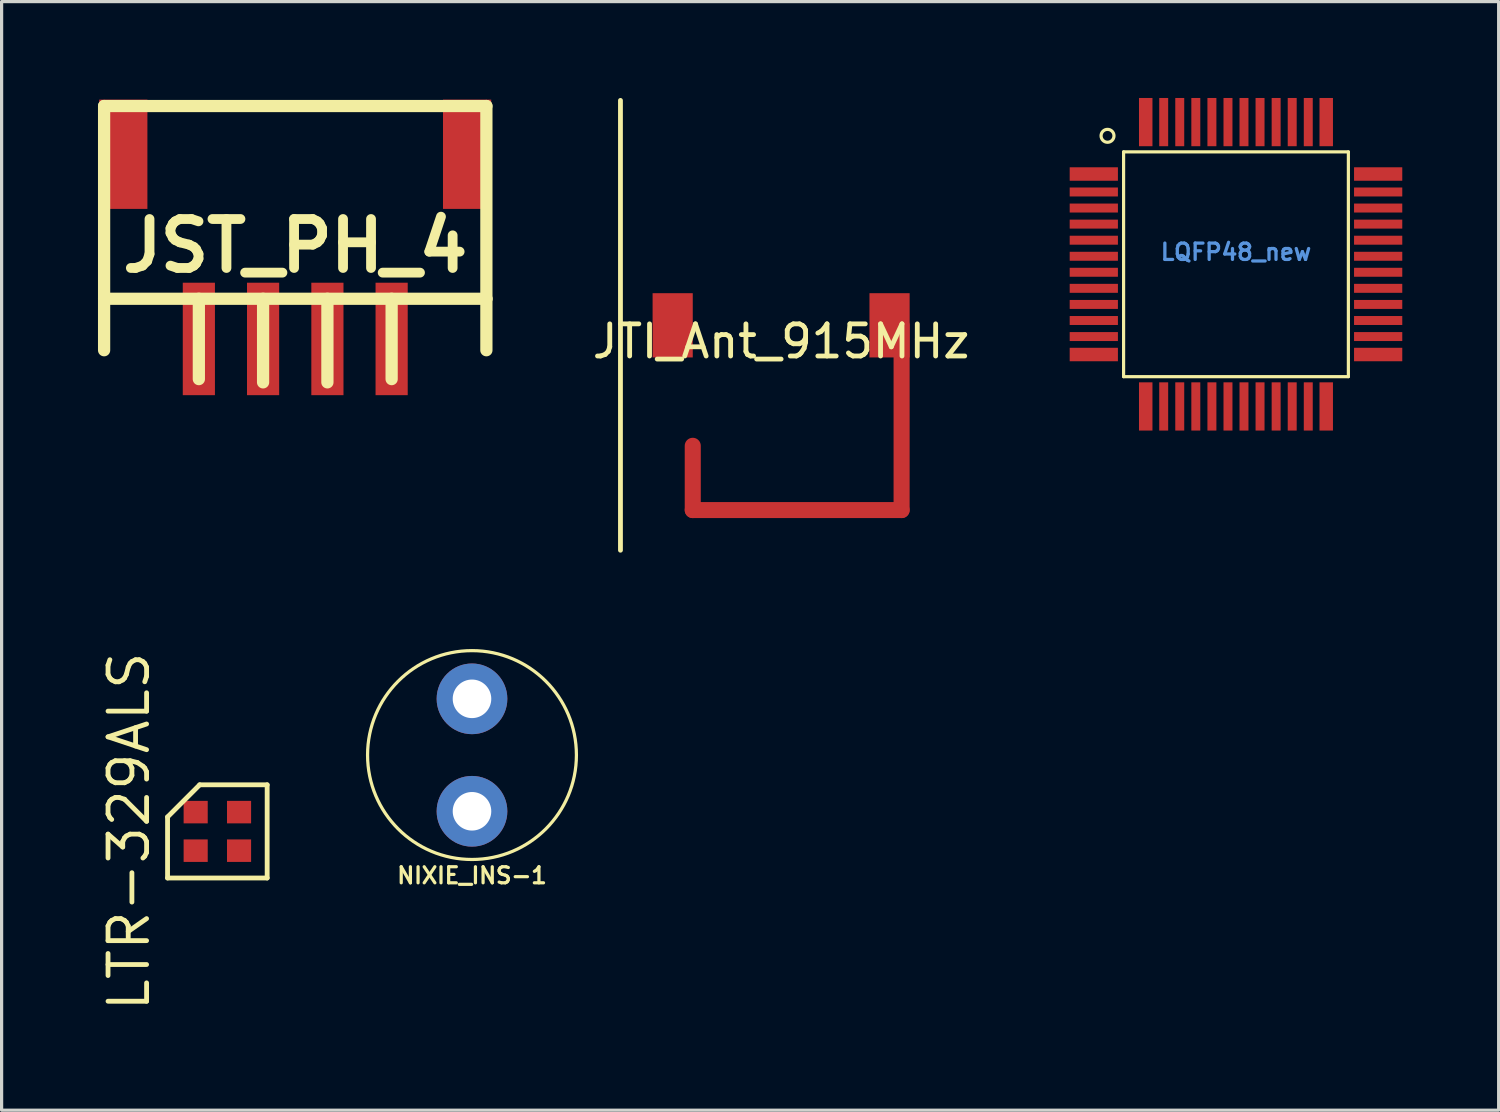
<source format=kicad_pcb>
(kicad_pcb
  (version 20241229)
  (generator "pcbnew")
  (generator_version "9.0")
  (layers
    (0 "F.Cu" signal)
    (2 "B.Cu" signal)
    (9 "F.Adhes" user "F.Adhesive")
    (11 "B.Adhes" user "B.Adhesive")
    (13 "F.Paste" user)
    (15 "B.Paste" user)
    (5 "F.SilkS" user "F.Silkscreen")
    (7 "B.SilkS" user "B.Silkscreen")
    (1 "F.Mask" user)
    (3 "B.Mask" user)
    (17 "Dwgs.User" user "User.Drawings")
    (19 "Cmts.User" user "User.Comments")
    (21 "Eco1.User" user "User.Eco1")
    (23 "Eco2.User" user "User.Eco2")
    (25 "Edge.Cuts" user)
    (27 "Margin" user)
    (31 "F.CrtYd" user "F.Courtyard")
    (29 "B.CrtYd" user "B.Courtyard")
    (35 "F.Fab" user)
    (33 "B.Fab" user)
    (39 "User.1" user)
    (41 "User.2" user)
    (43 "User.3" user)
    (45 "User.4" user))
  (footprint "LQFP48_new"
    (layer "F.Cu")
    (at 35.418 5.175)
    (property "Reference" "LQFP48_new" (at 0 -0.381 0) (layer "Cmts.User") (effects (font (size 0.508 0.508) (thickness 0.102))))
    (attr smd)
    (fp_line (start -3.498 -3.498) (end -3.498 3.498) (stroke (width 0.099) (type solid)) (layer "F.SilkS"))
    (fp_line (start -3.498 3.498) (end 3.498 3.498) (stroke (width 0.099) (type solid)) (layer "F.SilkS"))
    (fp_line (start 3.498 -3.498) (end -3.498 -3.498) (stroke (width 0.099) (type solid)) (layer "F.SilkS"))
    (fp_line (start 3.498 3.498) (end 3.498 -3.498) (stroke (width 0.099) (type solid)) (layer "F.SilkS"))
    (fp_circle (center -3.998 -3.998) (end -3.998 -4.199) (stroke (width 0.099) (type solid)) (fill no) (layer "F.SilkS"))
    (pad "1" smd rect (at -4.425 -2.809 90) (size 0.419 1.501) (layers "F.Cu" "F.Mask" "F.Paste"))
    (pad "2" smd rect (at -4.425 -2.25 90) (size 0.279 1.501) (layers "F.Cu" "F.Mask" "F.Paste"))
    (pad "3" smd rect (at -4.425 -1.75 90) (size 0.279 1.501) (layers "F.Cu" "F.Mask" "F.Paste"))
    (pad "4" smd rect (at -4.425 -1.25 90) (size 0.279 1.501) (layers "F.Cu" "F.Mask" "F.Paste"))
    (pad "5" smd rect (at -4.425 -0.749 90) (size 0.279 1.501) (layers "F.Cu" "F.Mask" "F.Paste"))
    (pad "6" smd rect (at -4.425 -0.249 90) (size 0.279 1.501) (layers "F.Cu" "F.Mask" "F.Paste"))
    (pad "7" smd rect (at -4.425 0.249 90) (size 0.279 1.501) (layers "F.Cu" "F.Mask" "F.Paste"))
    (pad "8" smd rect (at -4.425 0.749 90) (size 0.279 1.501) (layers "F.Cu" "F.Mask" "F.Paste"))
    (pad "9" smd rect (at -4.425 1.25 90) (size 0.279 1.501) (layers "F.Cu" "F.Mask" "F.Paste"))
    (pad "10" smd rect (at -4.425 1.75 90) (size 0.279 1.501) (layers "F.Cu" "F.Mask" "F.Paste"))
    (pad "11" smd rect (at -4.425 2.25 90) (size 0.279 1.501) (layers "F.Cu" "F.Mask" "F.Paste"))
    (pad "12" smd rect (at -4.425 2.809 90) (size 0.419 1.501) (layers "F.Cu" "F.Mask" "F.Paste"))
    (pad "13" smd rect (at -2.809 4.425) (size 0.419 1.501) (layers "F.Cu" "F.Mask" "F.Paste"))
    (pad "14" smd rect (at -2.25 4.425) (size 0.279 1.501) (layers "F.Cu" "F.Mask" "F.Paste"))
    (pad "15" smd rect (at -1.75 4.425) (size 0.279 1.501) (layers "F.Cu" "F.Mask" "F.Paste"))
    (pad "16" smd rect (at -1.25 4.425) (size 0.279 1.501) (layers "F.Cu" "F.Mask" "F.Paste"))
    (pad "17" smd rect (at -0.749 4.425) (size 0.279 1.501) (layers "F.Cu" "F.Mask" "F.Paste"))
    (pad "18" smd rect (at -0.249 4.425) (size 0.279 1.501) (layers "F.Cu" "F.Mask" "F.Paste"))
    (pad "19" smd rect (at 0.249 4.425) (size 0.279 1.501) (layers "F.Cu" "F.Mask" "F.Paste"))
    (pad "20" smd rect (at 0.749 4.425) (size 0.279 1.501) (layers "F.Cu" "F.Mask" "F.Paste"))
    (pad "21" smd rect (at 1.25 4.425) (size 0.279 1.501) (layers "F.Cu" "F.Mask" "F.Paste"))
    (pad "22" smd rect (at 1.75 4.425) (size 0.279 1.501) (layers "F.Cu" "F.Mask" "F.Paste"))
    (pad "23" smd rect (at 2.25 4.425) (size 0.279 1.501) (layers "F.Cu" "F.Mask" "F.Paste"))
    (pad "24" smd rect (at 2.809 4.425) (size 0.419 1.501) (layers "F.Cu" "F.Mask" "F.Paste"))
    (pad "25" smd rect (at 4.425 2.809 90) (size 0.419 1.501) (layers "F.Cu" "F.Mask" "F.Paste"))
    (pad "26" smd rect (at 4.425 2.25 90) (size 0.279 1.501) (layers "F.Cu" "F.Mask" "F.Paste"))
    (pad "27" smd rect (at 4.425 1.75 90) (size 0.279 1.501) (layers "F.Cu" "F.Mask" "F.Paste"))
    (pad "28" smd rect (at 4.425 1.25 90) (size 0.279 1.501) (layers "F.Cu" "F.Mask" "F.Paste"))
    (pad "29" smd rect (at 4.425 0.749 90) (size 0.279 1.501) (layers "F.Cu" "F.Mask" "F.Paste"))
    (pad "30" smd rect (at 4.425 0.249 90) (size 0.279 1.501) (layers "F.Cu" "F.Mask" "F.Paste"))
    (pad "31" smd rect (at 4.425 -0.249 90) (size 0.279 1.501) (layers "F.Cu" "F.Mask" "F.Paste"))
    (pad "32" smd rect (at 4.425 -0.749 90) (size 0.279 1.501) (layers "F.Cu" "F.Mask" "F.Paste"))
    (pad "33" smd rect (at 4.425 -1.25 90) (size 0.279 1.501) (layers "F.Cu" "F.Mask" "F.Paste"))
    (pad "34" smd rect (at 4.425 -1.75 90) (size 0.279 1.501) (layers "F.Cu" "F.Mask" "F.Paste"))
    (pad "35" smd rect (at 4.425 -2.25 90) (size 0.279 1.501) (layers "F.Cu" "F.Mask" "F.Paste"))
    (pad "36" smd rect (at 4.425 -2.809 90) (size 0.419 1.501) (layers "F.Cu" "F.Mask" "F.Paste"))
    (pad "37" smd rect (at 2.809 -4.425) (size 0.419 1.501) (layers "F.Cu" "F.Mask" "F.Paste"))
    (pad "38" smd rect (at 2.25 -4.425) (size 0.279 1.501) (layers "F.Cu" "F.Mask" "F.Paste"))
    (pad "39" smd rect (at 1.75 -4.425) (size 0.279 1.501) (layers "F.Cu" "F.Mask" "F.Paste"))
    (pad "40" smd rect (at 1.25 -4.425) (size 0.279 1.501) (layers "F.Cu" "F.Mask" "F.Paste"))
    (pad "41" smd rect (at 0.749 -4.425) (size 0.279 1.501) (layers "F.Cu" "F.Mask" "F.Paste"))
    (pad "42" smd rect (at 0.249 -4.425) (size 0.279 1.501) (layers "F.Cu" "F.Mask" "F.Paste"))
    (pad "43" smd rect (at -0.249 -4.425) (size 0.279 1.501) (layers "F.Cu" "F.Mask" "F.Paste"))
    (pad "44" smd rect (at -0.749 -4.425) (size 0.279 1.501) (layers "F.Cu" "F.Mask" "F.Paste"))
    (pad "45" smd rect (at -1.25 -4.425) (size 0.279 1.501) (layers "F.Cu" "F.Mask" "F.Paste"))
    (pad "46" smd rect (at -1.75 -4.425) (size 0.279 1.501) (layers "F.Cu" "F.Mask" "F.Paste"))
    (pad "47" smd rect (at -2.25 -4.425) (size 0.279 1.501) (layers "F.Cu" "F.Mask" "F.Paste"))
    (pad "48" smd rect (at -2.809 -4.425) (size 0.419 1.501) (layers "F.Cu" "F.Mask" "F.Paste")))
  (footprint "JTI_Ant_915MHz"
    (layer "F.Cu")
    (at 21.261 7.075)
    (property "Reference" "JTI_Ant_915MHz" (at 0 0.5 0) (layer "F.SilkS") (effects (font (size 1 1) (thickness 0.15))))
    (attr through_hole)
    (fp_line (start -2.75 3.75) (end -2.75 5.75) (stroke (width 0.5) (type solid)) (layer "F.Cu"))
    (fp_line (start 3.75 0) (end 3.75 5.75) (stroke (width 0.5) (type solid)) (layer "F.Cu"))
    (fp_line (start 3.75 5.75) (end -2.75 5.75) (stroke (width 0.5) (type solid)) (layer "F.Cu"))
    (fp_line (start -5 7) (end -5 -7) (stroke (width 0.15) (type solid)) (layer "F.SilkS"))
    (pad "" smd rect (at 3.375 0) (size 1.25 2) (layers "F.Cu" "F.Mask" "F.Paste"))
    (pad "1" smd rect (at -3.375 0) (size 1.25 2) (layers "F.Cu" "F.Mask" "F.Paste")))
  (footprint "NIXIE_INS-1"
    (layer "F.Cu")
    (at 11.64 20.45)
    (property "Reference" "NIXIE_INS-1" (at 0 3.75 0) (layer "F.SilkS") (effects (font (size 0.5 0.5) (thickness 0.1))))
    (attr through_hole)
    (fp_circle (center 0 0) (end 3.25 0) (stroke (width 0.1) (type solid)) (fill no) (layer "F.SilkS"))
    (pad "1" thru_hole circle (at 0 -1.75) (size 2.2 2.2) (drill 1.2) (layers "*.Cu" "*.Mask"))
    (pad "2" thru_hole circle (at 0 1.75) (size 2.2 2.2) (drill 1.2) (layers "*.Cu" "*.Mask")))
  (footprint "JST_PH_4"
    (layer "F.Cu")
    (at 6.139 0.25)
    (property "Reference" "JST_PH_4" (at 0 4.351 0) (layer "F.SilkS") (effects (font (size 1.524 1.524) (thickness 0.305))))
    (attr through_hole)
    (fp_line (start -5.949 0) (end 5.949 0) (stroke (width 0.381) (type solid)) (layer "F.SilkS"))
    (fp_line (start -5.949 5.999) (end -5.949 0) (stroke (width 0.381) (type solid)) (layer "F.SilkS"))
    (fp_line (start -5.949 5.999) (end -5.949 7.6) (stroke (width 0.381) (type solid)) (layer "F.SilkS"))
    (fp_line (start -3 5.999) (end -3 8.499) (stroke (width 0.381) (type solid)) (layer "F.SilkS"))
    (fp_line (start -1.001 5.999) (end -1.001 8.6) (stroke (width 0.381) (type solid)) (layer "F.SilkS"))
    (fp_line (start 1.001 5.999) (end 1.001 8.6) (stroke (width 0.381) (type solid)) (layer "F.SilkS"))
    (fp_line (start 3 5.999) (end 3 8.499) (stroke (width 0.381) (type solid)) (layer "F.SilkS"))
    (fp_line (start 5.949 0) (end 5.949 5.999) (stroke (width 0.381) (type solid)) (layer "F.SilkS"))
    (fp_line (start 5.949 5.999) (end -5.949 5.999) (stroke (width 0.381) (type solid)) (layer "F.SilkS"))
    (fp_line (start 5.949 5.999) (end 5.949 7.6) (stroke (width 0.381) (type solid)) (layer "F.SilkS"))
    (pad "" smd rect (at -5.352 1.501) (size 1.501 3.401) (layers "F.Cu" "F.Mask" "F.Paste"))
    (pad "" smd rect (at 5.349 1.501) (size 1.501 3.401) (layers "F.Cu" "F.Mask" "F.Paste"))
    (pad "1" smd rect (at 3 7.249) (size 1.001 3.5) (layers "F.Cu" "F.Mask" "F.Paste"))
    (pad "2" smd rect (at 1.001 7.249) (size 1.001 3.5) (layers "F.Cu" "F.Mask" "F.Paste"))
    (pad "3" smd rect (at -1.001 7.249) (size 1.001 3.5) (layers "F.Cu" "F.Mask" "F.Paste"))
    (pad "4" smd rect (at -3 7.249) (size 1.001 3.5) (layers "F.Cu" "F.Mask" "F.Paste")))
  (footprint "LTR-329ALS"
    (layer "F.Cu")
    (at 3.715 22.826)
    (property "Reference" "LTR-329ALS" (at -2.75 0 90) (layer "F.SilkS") (effects (font (size 1.2 1.2) (thickness 0.15))))
    (attr through_hole)
    (fp_line (start -1.55 -0.45) (end -1.55 1.45) (stroke (width 0.15) (type solid)) (layer "F.SilkS"))
    (fp_line (start -1.55 1.45) (end 1.55 1.45) (stroke (width 0.15) (type solid)) (layer "F.SilkS"))
    (fp_line (start -0.55 -1.45) (end -1.55 -0.45) (stroke (width 0.15) (type solid)) (layer "F.SilkS"))
    (fp_line (start 1.55 -1.45) (end -0.55 -1.45) (stroke (width 0.15) (type solid)) (layer "F.SilkS"))
    (fp_line (start 1.55 1.45) (end 1.55 -1.45) (stroke (width 0.15) (type solid)) (layer "F.SilkS"))
    (pad "1" smd rect (at -0.675 0.6) (size 0.75 0.7) (layers "F.Cu" "F.Mask" "F.Paste"))
    (pad "2" smd rect (at 0.675 0.6) (size 0.75 0.7) (layers "F.Cu" "F.Mask" "F.Paste"))
    (pad "3" smd rect (at 0.675 -0.6) (size 0.75 0.7) (layers "F.Cu" "F.Mask" "F.Paste"))
    (pad "4" smd rect (at -0.675 -0.6) (size 0.75 0.7) (layers "F.Cu" "F.Mask" "F.Paste")))
  (gr_rect
    (start -3 -3)
    (end 43.593 31.503)
    (stroke (width 0.1) (type default))
    (fill no)
    (layer "Edge.Cuts")))
</source>
